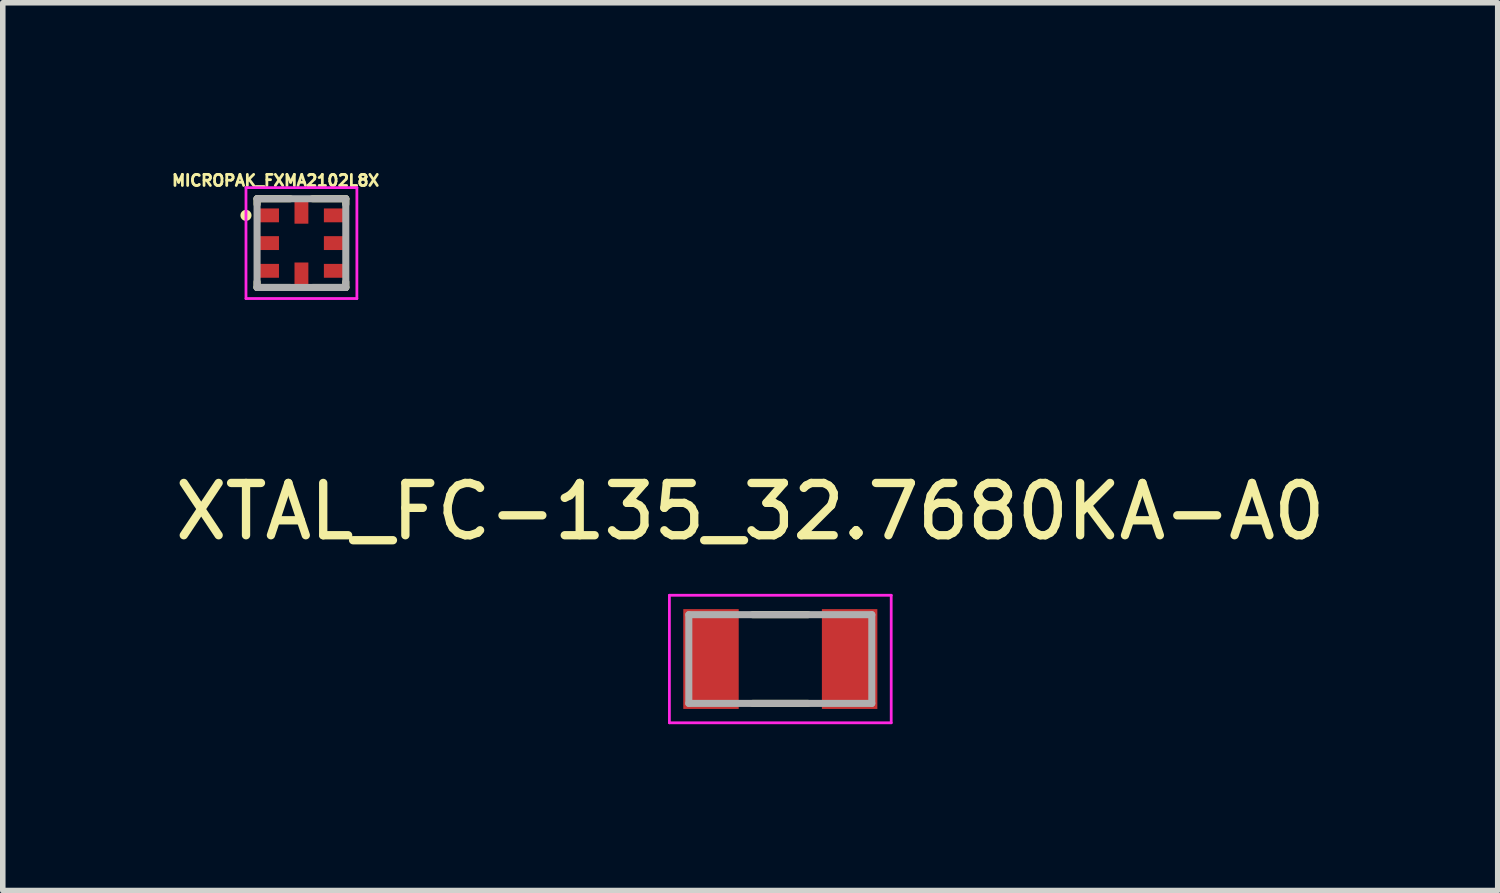
<source format=kicad_pcb>
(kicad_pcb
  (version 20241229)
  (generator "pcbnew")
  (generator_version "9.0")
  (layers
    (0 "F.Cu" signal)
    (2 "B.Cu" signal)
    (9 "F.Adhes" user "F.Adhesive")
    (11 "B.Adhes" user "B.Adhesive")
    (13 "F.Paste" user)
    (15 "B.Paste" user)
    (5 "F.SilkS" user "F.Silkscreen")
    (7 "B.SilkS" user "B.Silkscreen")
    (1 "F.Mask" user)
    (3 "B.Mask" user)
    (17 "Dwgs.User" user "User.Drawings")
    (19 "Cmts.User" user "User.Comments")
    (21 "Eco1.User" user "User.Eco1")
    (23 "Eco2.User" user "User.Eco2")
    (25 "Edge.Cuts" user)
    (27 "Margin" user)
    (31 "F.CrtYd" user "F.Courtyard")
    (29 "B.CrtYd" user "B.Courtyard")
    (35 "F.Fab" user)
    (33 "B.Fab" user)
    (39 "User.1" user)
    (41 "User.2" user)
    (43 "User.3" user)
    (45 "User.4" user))
  (footprint "MICROPAK_FXMA2102L8X"
    (layer "F.Cu")
    (at 2.386 1.334)
    (property "Reference" "MICROPAK_FXMA2102L8X" (at -0.466 -1.129 0) (layer "F.SilkS") (effects (font (size 0.2 0.2) (thickness 0.15))))
    (attr smd)
    (fp_line (start -0.8 -0.8) (end -0.8 -0.7) (stroke (width 0.127) (type solid)) (layer "F.SilkS"))
    (fp_line (start -0.8 0.7) (end -0.8 0.8) (stroke (width 0.127) (type solid)) (layer "F.SilkS"))
    (fp_line (start -0.8 0.8) (end -0.2 0.8) (stroke (width 0.127) (type solid)) (layer "F.SilkS"))
    (fp_line (start -0.2 -0.8) (end -0.8 -0.8) (stroke (width 0.127) (type solid)) (layer "F.SilkS"))
    (fp_line (start 0.8 -0.8) (end 0.2 -0.8) (stroke (width 0.127) (type solid)) (layer "F.SilkS"))
    (fp_line (start 0.8 -0.7) (end 0.8 -0.8) (stroke (width 0.127) (type solid)) (layer "F.SilkS"))
    (fp_line (start 0.8 0.7) (end 0.8 0.8) (stroke (width 0.127) (type solid)) (layer "F.SilkS"))
    (fp_line (start 0.8 0.8) (end 0.2 0.8) (stroke (width 0.127) (type solid)) (layer "F.SilkS"))
    (fp_circle (center -1 -0.5) (end -0.9 -0.5) (stroke (width 0) (type solid)) (fill yes) (layer "F.SilkS"))
    (fp_line (start -1 -1) (end -1 1) (stroke (width 0.05) (type solid)) (layer "F.CrtYd"))
    (fp_line (start -1 1) (end 1 1) (stroke (width 0.05) (type solid)) (layer "F.CrtYd"))
    (fp_line (start 1 -1) (end -1 -1) (stroke (width 0.05) (type solid)) (layer "F.CrtYd"))
    (fp_line (start 1 1) (end 1 -1) (stroke (width 0.05) (type solid)) (layer "F.CrtYd"))
    (fp_line (start -0.8 -0.8) (end -0.8 0.8) (stroke (width 0.127) (type solid)) (layer "F.Fab"))
    (fp_line (start -0.8 0.8) (end 0.8 0.8) (stroke (width 0.127) (type solid)) (layer "F.Fab"))
    (fp_line (start 0.8 -0.8) (end -0.8 -0.8) (stroke (width 0.127) (type solid)) (layer "F.Fab"))
    (fp_line (start 0.8 0.8) (end 0.8 -0.8) (stroke (width 0.127) (type solid)) (layer "F.Fab"))
    (pad "1" smd rect (at -0.605 -0.5) (size 0.4 0.25) (layers "F.Cu" "F.Mask" "F.Paste"))
    (pad "2" smd rect (at -0.605 0) (size 0.4 0.25) (layers "F.Cu" "F.Mask" "F.Paste"))
    (pad "3" smd rect (at -0.605 0.5) (size 0.4 0.25) (layers "F.Cu" "F.Mask" "F.Paste"))
    (pad "4" smd rect (at 0 0.575) (size 0.25 0.45) (layers "F.Cu" "F.Mask" "F.Paste"))
    (pad "5" smd rect (at 0.605 0.5) (size 0.4 0.25) (layers "F.Cu" "F.Mask" "F.Paste"))
    (pad "6" smd rect (at 0.605 0) (size 0.4 0.25) (layers "F.Cu" "F.Mask" "F.Paste"))
    (pad "7" smd rect (at 0.605 -0.5) (size 0.4 0.25) (layers "F.Cu" "F.Mask" "F.Paste"))
    (pad "8" smd rect (at 0 -0.575) (size 0.25 0.45) (layers "F.Cu" "F.Mask" "F.Paste")))
  (footprint "XTAL_FC-135_32.7680KA-A0"
    (layer "F.Cu")
    (at 11.022 8.835)
    (property "Reference" "XTAL_FC-135_32.7680KA-A0" (at -0.542 -2.661 0) (layer "F.SilkS") (effects (font (size 0.943 0.943) (thickness 0.15))))
    (attr smd)
    (fp_line (start -0.5 -0.8) (end 0.5 -0.8) (stroke (width 0.127) (type solid)) (layer "F.SilkS"))
    (fp_line (start -0.5 0.8) (end 0.5 0.8) (stroke (width 0.127) (type solid)) (layer "F.SilkS"))
    (fp_line (start -2 -1.15) (end -2 1.15) (stroke (width 0.05) (type solid)) (layer "F.CrtYd"))
    (fp_line (start -2 1.15) (end 2 1.15) (stroke (width 0.05) (type solid)) (layer "F.CrtYd"))
    (fp_line (start 2 -1.15) (end -2 -1.15) (stroke (width 0.05) (type solid)) (layer "F.CrtYd"))
    (fp_line (start 2 1.15) (end 2 -1.15) (stroke (width 0.05) (type solid)) (layer "F.CrtYd"))
    (fp_line (start -1.65 -0.8) (end 1.65 -0.8) (stroke (width 0.127) (type solid)) (layer "F.Fab"))
    (fp_line (start -1.65 0.8) (end -1.65 -0.8) (stroke (width 0.127) (type solid)) (layer "F.Fab"))
    (fp_line (start 1.65 -0.8) (end 1.65 0.8) (stroke (width 0.127) (type solid)) (layer "F.Fab"))
    (fp_line (start 1.65 0.8) (end -1.65 0.8) (stroke (width 0.127) (type solid)) (layer "F.Fab"))
    (pad "1" smd rect (at -1.25 0) (size 1 1.8) (layers "F.Cu" "F.Mask" "F.Paste"))
    (pad "2" smd rect (at 1.25 0) (size 1 1.8) (layers "F.Cu" "F.Mask" "F.Paste")))
  (gr_rect
    (start -3 -3)
    (end 23.96 13.01)
    (stroke (width 0.1) (type default))
    (fill no)
    (layer "Edge.Cuts")))
</source>
